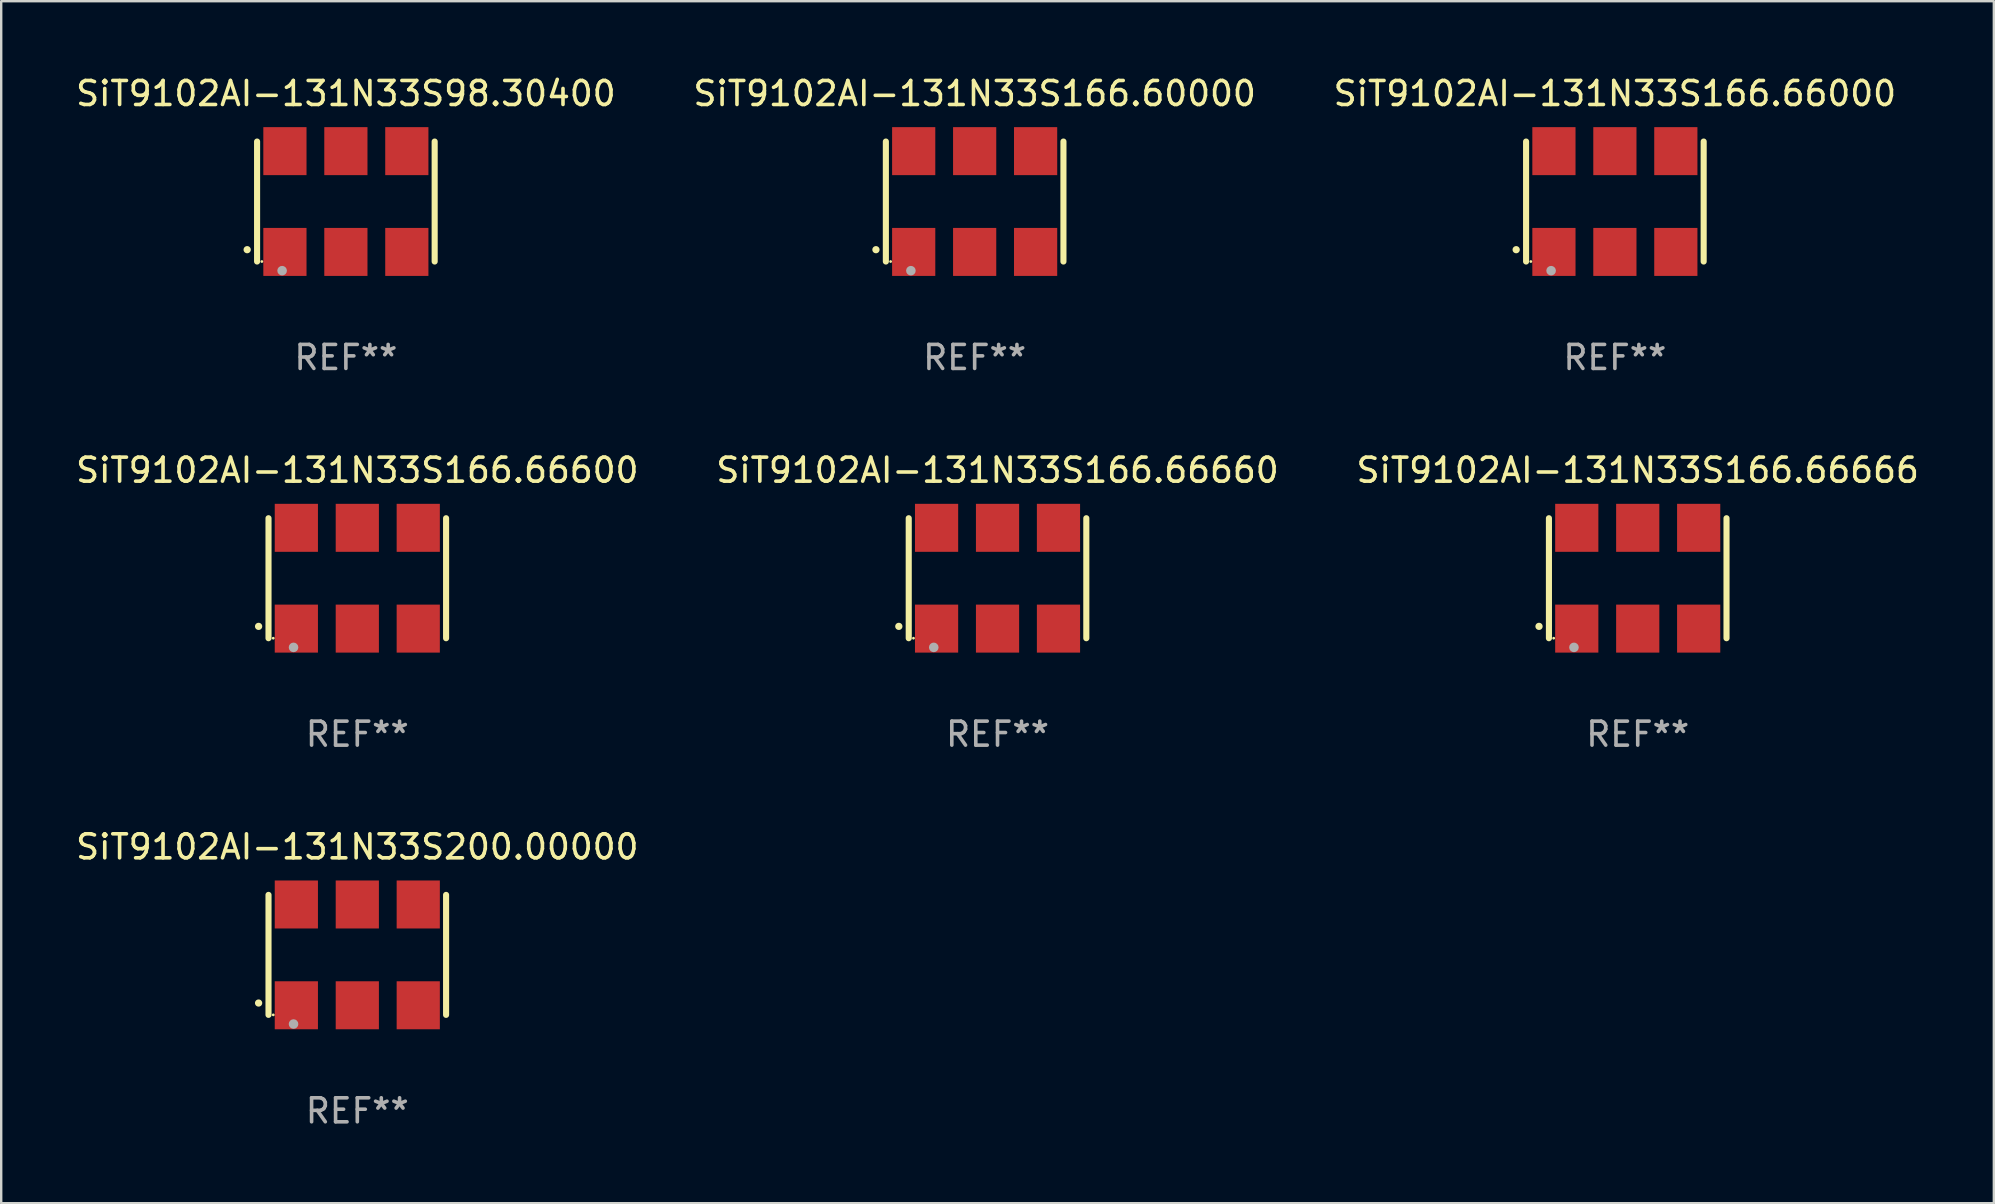
<source format=kicad_pcb>
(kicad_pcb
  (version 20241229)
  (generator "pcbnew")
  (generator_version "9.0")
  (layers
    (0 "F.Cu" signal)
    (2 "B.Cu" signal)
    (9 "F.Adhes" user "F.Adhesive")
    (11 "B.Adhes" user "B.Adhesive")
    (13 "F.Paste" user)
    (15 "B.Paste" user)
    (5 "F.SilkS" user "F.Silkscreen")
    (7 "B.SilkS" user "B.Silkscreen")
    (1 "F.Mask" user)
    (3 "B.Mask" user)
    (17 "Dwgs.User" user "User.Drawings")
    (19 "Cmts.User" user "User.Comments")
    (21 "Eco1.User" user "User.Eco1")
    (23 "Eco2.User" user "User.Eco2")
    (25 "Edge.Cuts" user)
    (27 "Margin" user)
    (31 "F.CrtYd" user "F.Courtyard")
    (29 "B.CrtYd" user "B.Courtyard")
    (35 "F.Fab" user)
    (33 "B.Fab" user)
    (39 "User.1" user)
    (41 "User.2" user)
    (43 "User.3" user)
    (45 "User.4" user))
  (footprint "SiT9102AI-131N33S166.60000"
    (layer "F.Cu")
    (at 37.565 5.348)
    (property "Reference" "SiT9102AI-131N33S166.60000" (at 0 -4.5 0) (layer "F.SilkS") (effects (font (size 1 1) (thickness 0.15))))
    (attr through_hole)
    (fp_line (start -3.7 -2.5) (end -3.7 2.5) (stroke (width 0.254) (type solid)) (layer "F.SilkS"))
    (fp_line (start 3.7 -2.5) (end 3.7 2.5) (stroke (width 0.254) (type solid)) (layer "F.SilkS"))
    (fp_arc (start -4.114415 2.006604) (mid -4.113145 2.006599) (end -4.111875 2.006604) (stroke (width 0.3) (type solid)) (layer "F.SilkS"))
    (fp_circle (center -3.502 2.5) (end -3.472 2.5) (stroke (width 0.06) (type solid)) (fill no) (layer "F.SilkS"))
    (fp_circle (center -2.657 2.882) (end -2.557 2.882) (stroke (width 0.2) (type solid)) (fill no) (layer "F.Fab"))
    (fp_text user "REF**" (at 0 6.5 0) (layer "F.Fab") (effects (font (size 1 1) (thickness 0.15))))
    (pad "1" smd rect (at -2.54 2.1) (size 1.8 2) (layers "F.Cu" "F.Mask" "F.Paste"))
    (pad "2" smd rect (at 0.000394 2.1) (size 1.8 2) (layers "F.Cu" "F.Mask" "F.Paste"))
    (pad "3" smd rect (at 2.54 2.1) (size 1.8 2) (layers "F.Cu" "F.Mask" "F.Paste"))
    (pad "4" smd rect (at 2.54 -2.1) (size 1.8 2) (layers "F.Cu" "F.Mask" "F.Paste"))
    (pad "5" smd rect (at 0.000394 -2.1) (size 1.8 2) (layers "F.Cu" "F.Mask" "F.Paste"))
    (pad "6" smd rect (at -2.54 -2.1) (size 1.8 2) (layers "F.Cu" "F.Mask" "F.Paste")))
  (footprint "SiT9102AI-131N33S166.66000"
    (layer "F.Cu")
    (at 64.244 5.348)
    (property "Reference" "SiT9102AI-131N33S166.66000" (at 0 -4.5 0) (layer "F.SilkS") (effects (font (size 1 1) (thickness 0.15))))
    (attr through_hole)
    (fp_line (start -3.7 -2.5) (end -3.7 2.5) (stroke (width 0.254) (type solid)) (layer "F.SilkS"))
    (fp_line (start 3.7 -2.5) (end 3.7 2.5) (stroke (width 0.254) (type solid)) (layer "F.SilkS"))
    (fp_arc (start -4.114415 2.006604) (mid -4.113145 2.006599) (end -4.111875 2.006604) (stroke (width 0.3) (type solid)) (layer "F.SilkS"))
    (fp_circle (center -3.502 2.5) (end -3.472 2.5) (stroke (width 0.06) (type solid)) (fill no) (layer "F.SilkS"))
    (fp_circle (center -2.657 2.882) (end -2.557 2.882) (stroke (width 0.2) (type solid)) (fill no) (layer "F.Fab"))
    (fp_text user "REF**" (at 0 6.5 0) (layer "F.Fab") (effects (font (size 1 1) (thickness 0.15))))
    (pad "1" smd rect (at -2.54 2.1) (size 1.8 2) (layers "F.Cu" "F.Mask" "F.Paste"))
    (pad "2" smd rect (at 0.000394 2.1) (size 1.8 2) (layers "F.Cu" "F.Mask" "F.Paste"))
    (pad "3" smd rect (at 2.54 2.1) (size 1.8 2) (layers "F.Cu" "F.Mask" "F.Paste"))
    (pad "4" smd rect (at 2.54 -2.1) (size 1.8 2) (layers "F.Cu" "F.Mask" "F.Paste"))
    (pad "5" smd rect (at 0.000394 -2.1) (size 1.8 2) (layers "F.Cu" "F.Mask" "F.Paste"))
    (pad "6" smd rect (at -2.54 -2.1) (size 1.8 2) (layers "F.Cu" "F.Mask" "F.Paste")))
  (footprint "SiT9102AI-131N33S166.66600"
    (layer "F.Cu")
    (at 11.839 21.045)
    (property "Reference" "SiT9102AI-131N33S166.66600" (at 0 -4.5 0) (layer "F.SilkS") (effects (font (size 1 1) (thickness 0.15))))
    (attr through_hole)
    (fp_line (start -3.7 -2.5) (end -3.7 2.5) (stroke (width 0.254) (type solid)) (layer "F.SilkS"))
    (fp_line (start 3.7 -2.5) (end 3.7 2.5) (stroke (width 0.254) (type solid)) (layer "F.SilkS"))
    (fp_arc (start -4.114415 2.006604) (mid -4.113145 2.006599) (end -4.111875 2.006604) (stroke (width 0.3) (type solid)) (layer "F.SilkS"))
    (fp_circle (center -3.502 2.5) (end -3.472 2.5) (stroke (width 0.06) (type solid)) (fill no) (layer "F.SilkS"))
    (fp_circle (center -2.657 2.882) (end -2.557 2.882) (stroke (width 0.2) (type solid)) (fill no) (layer "F.Fab"))
    (fp_text user "REF**" (at 0 6.5 0) (layer "F.Fab") (effects (font (size 1 1) (thickness 0.15))))
    (pad "1" smd rect (at -2.54 2.1) (size 1.8 2) (layers "F.Cu" "F.Mask" "F.Paste"))
    (pad "2" smd rect (at 0.000394 2.1) (size 1.8 2) (layers "F.Cu" "F.Mask" "F.Paste"))
    (pad "3" smd rect (at 2.54 2.1) (size 1.8 2) (layers "F.Cu" "F.Mask" "F.Paste"))
    (pad "4" smd rect (at 2.54 -2.1) (size 1.8 2) (layers "F.Cu" "F.Mask" "F.Paste"))
    (pad "5" smd rect (at 0.000394 -2.1) (size 1.8 2) (layers "F.Cu" "F.Mask" "F.Paste"))
    (pad "6" smd rect (at -2.54 -2.1) (size 1.8 2) (layers "F.Cu" "F.Mask" "F.Paste")))
  (footprint "SiT9102AI-131N33S166.66666"
    (layer "F.Cu")
    (at 65.196 21.045)
    (property "Reference" "SiT9102AI-131N33S166.66666" (at 0 -4.5 0) (layer "F.SilkS") (effects (font (size 1 1) (thickness 0.15))))
    (attr through_hole)
    (fp_line (start -3.7 -2.5) (end -3.7 2.5) (stroke (width 0.254) (type solid)) (layer "F.SilkS"))
    (fp_line (start 3.7 -2.5) (end 3.7 2.5) (stroke (width 0.254) (type solid)) (layer "F.SilkS"))
    (fp_arc (start -4.114415 2.006604) (mid -4.113145 2.006599) (end -4.111875 2.006604) (stroke (width 0.3) (type solid)) (layer "F.SilkS"))
    (fp_circle (center -3.502 2.5) (end -3.472 2.5) (stroke (width 0.06) (type solid)) (fill no) (layer "F.SilkS"))
    (fp_circle (center -2.657 2.882) (end -2.557 2.882) (stroke (width 0.2) (type solid)) (fill no) (layer "F.Fab"))
    (fp_text user "REF**" (at 0 6.5 0) (layer "F.Fab") (effects (font (size 1 1) (thickness 0.15))))
    (pad "1" smd rect (at -2.54 2.1) (size 1.8 2) (layers "F.Cu" "F.Mask" "F.Paste"))
    (pad "2" smd rect (at 0.000394 2.1) (size 1.8 2) (layers "F.Cu" "F.Mask" "F.Paste"))
    (pad "3" smd rect (at 2.54 2.1) (size 1.8 2) (layers "F.Cu" "F.Mask" "F.Paste"))
    (pad "4" smd rect (at 2.54 -2.1) (size 1.8 2) (layers "F.Cu" "F.Mask" "F.Paste"))
    (pad "5" smd rect (at 0.000394 -2.1) (size 1.8 2) (layers "F.Cu" "F.Mask" "F.Paste"))
    (pad "6" smd rect (at -2.54 -2.1) (size 1.8 2) (layers "F.Cu" "F.Mask" "F.Paste")))
  (footprint "SiT9102AI-131N33S166.66660"
    (layer "F.Cu")
    (at 38.518 21.045)
    (property "Reference" "SiT9102AI-131N33S166.66660" (at 0 -4.5 0) (layer "F.SilkS") (effects (font (size 1 1) (thickness 0.15))))
    (attr through_hole)
    (fp_line (start -3.7 -2.5) (end -3.7 2.5) (stroke (width 0.254) (type solid)) (layer "F.SilkS"))
    (fp_line (start 3.7 -2.5) (end 3.7 2.5) (stroke (width 0.254) (type solid)) (layer "F.SilkS"))
    (fp_arc (start -4.114415 2.006604) (mid -4.113145 2.006599) (end -4.111875 2.006604) (stroke (width 0.3) (type solid)) (layer "F.SilkS"))
    (fp_circle (center -3.502 2.5) (end -3.472 2.5) (stroke (width 0.06) (type solid)) (fill no) (layer "F.SilkS"))
    (fp_circle (center -2.657 2.882) (end -2.557 2.882) (stroke (width 0.2) (type solid)) (fill no) (layer "F.Fab"))
    (fp_text user "REF**" (at 0 6.5 0) (layer "F.Fab") (effects (font (size 1 1) (thickness 0.15))))
    (pad "1" smd rect (at -2.54 2.1) (size 1.8 2) (layers "F.Cu" "F.Mask" "F.Paste"))
    (pad "2" smd rect (at 0.000394 2.1) (size 1.8 2) (layers "F.Cu" "F.Mask" "F.Paste"))
    (pad "3" smd rect (at 2.54 2.1) (size 1.8 2) (layers "F.Cu" "F.Mask" "F.Paste"))
    (pad "4" smd rect (at 2.54 -2.1) (size 1.8 2) (layers "F.Cu" "F.Mask" "F.Paste"))
    (pad "5" smd rect (at 0.000394 -2.1) (size 1.8 2) (layers "F.Cu" "F.Mask" "F.Paste"))
    (pad "6" smd rect (at -2.54 -2.1) (size 1.8 2) (layers "F.Cu" "F.Mask" "F.Paste")))
  (footprint "SiT9102AI-131N33S98.30400"
    (layer "F.Cu")
    (at 11.363 5.348)
    (property "Reference" "SiT9102AI-131N33S98.30400" (at 0 -4.5 0) (layer "F.SilkS") (effects (font (size 1 1) (thickness 0.15))))
    (attr through_hole)
    (fp_line (start -3.7 -2.5) (end -3.7 2.5) (stroke (width 0.254) (type solid)) (layer "F.SilkS"))
    (fp_line (start 3.7 -2.5) (end 3.7 2.5) (stroke (width 0.254) (type solid)) (layer "F.SilkS"))
    (fp_arc (start -4.114415 2.006604) (mid -4.113145 2.006599) (end -4.111875 2.006604) (stroke (width 0.3) (type solid)) (layer "F.SilkS"))
    (fp_circle (center -3.502 2.5) (end -3.472 2.5) (stroke (width 0.06) (type solid)) (fill no) (layer "F.SilkS"))
    (fp_circle (center -2.657 2.882) (end -2.557 2.882) (stroke (width 0.2) (type solid)) (fill no) (layer "F.Fab"))
    (fp_text user "REF**" (at 0 6.5 0) (layer "F.Fab") (effects (font (size 1 1) (thickness 0.15))))
    (pad "1" smd rect (at -2.54 2.1) (size 1.8 2) (layers "F.Cu" "F.Mask" "F.Paste"))
    (pad "2" smd rect (at 0.000394 2.1) (size 1.8 2) (layers "F.Cu" "F.Mask" "F.Paste"))
    (pad "3" smd rect (at 2.54 2.1) (size 1.8 2) (layers "F.Cu" "F.Mask" "F.Paste"))
    (pad "4" smd rect (at 2.54 -2.1) (size 1.8 2) (layers "F.Cu" "F.Mask" "F.Paste"))
    (pad "5" smd rect (at 0.000394 -2.1) (size 1.8 2) (layers "F.Cu" "F.Mask" "F.Paste"))
    (pad "6" smd rect (at -2.54 -2.1) (size 1.8 2) (layers "F.Cu" "F.Mask" "F.Paste")))
  (footprint "SiT9102AI-131N33S200.00000"
    (layer "F.Cu")
    (at 11.839 36.741)
    (property "Reference" "SiT9102AI-131N33S200.00000" (at 0 -4.5 0) (layer "F.SilkS") (effects (font (size 1 1) (thickness 0.15))))
    (attr through_hole)
    (fp_line (start -3.7 -2.5) (end -3.7 2.5) (stroke (width 0.254) (type solid)) (layer "F.SilkS"))
    (fp_line (start 3.7 -2.5) (end 3.7 2.5) (stroke (width 0.254) (type solid)) (layer "F.SilkS"))
    (fp_arc (start -4.114415 2.006604) (mid -4.113145 2.006599) (end -4.111875 2.006604) (stroke (width 0.3) (type solid)) (layer "F.SilkS"))
    (fp_circle (center -3.502 2.5) (end -3.472 2.5) (stroke (width 0.06) (type solid)) (fill no) (layer "F.SilkS"))
    (fp_circle (center -2.657 2.882) (end -2.557 2.882) (stroke (width 0.2) (type solid)) (fill no) (layer "F.Fab"))
    (fp_text user "REF**" (at 0 6.5 0) (layer "F.Fab") (effects (font (size 1 1) (thickness 0.15))))
    (pad "1" smd rect (at -2.54 2.1) (size 1.8 2) (layers "F.Cu" "F.Mask" "F.Paste"))
    (pad "2" smd rect (at 0.000394 2.1) (size 1.8 2) (layers "F.Cu" "F.Mask" "F.Paste"))
    (pad "3" smd rect (at 2.54 2.1) (size 1.8 2) (layers "F.Cu" "F.Mask" "F.Paste"))
    (pad "4" smd rect (at 2.54 -2.1) (size 1.8 2) (layers "F.Cu" "F.Mask" "F.Paste"))
    (pad "5" smd rect (at 0.000394 -2.1) (size 1.8 2) (layers "F.Cu" "F.Mask" "F.Paste"))
    (pad "6" smd rect (at -2.54 -2.1) (size 1.8 2) (layers "F.Cu" "F.Mask" "F.Paste")))
  (gr_rect
    (start -3 -3)
    (end 80.036 47.09)
    (stroke (width 0.1) (type default))
    (fill no)
    (layer "Edge.Cuts")))
</source>
